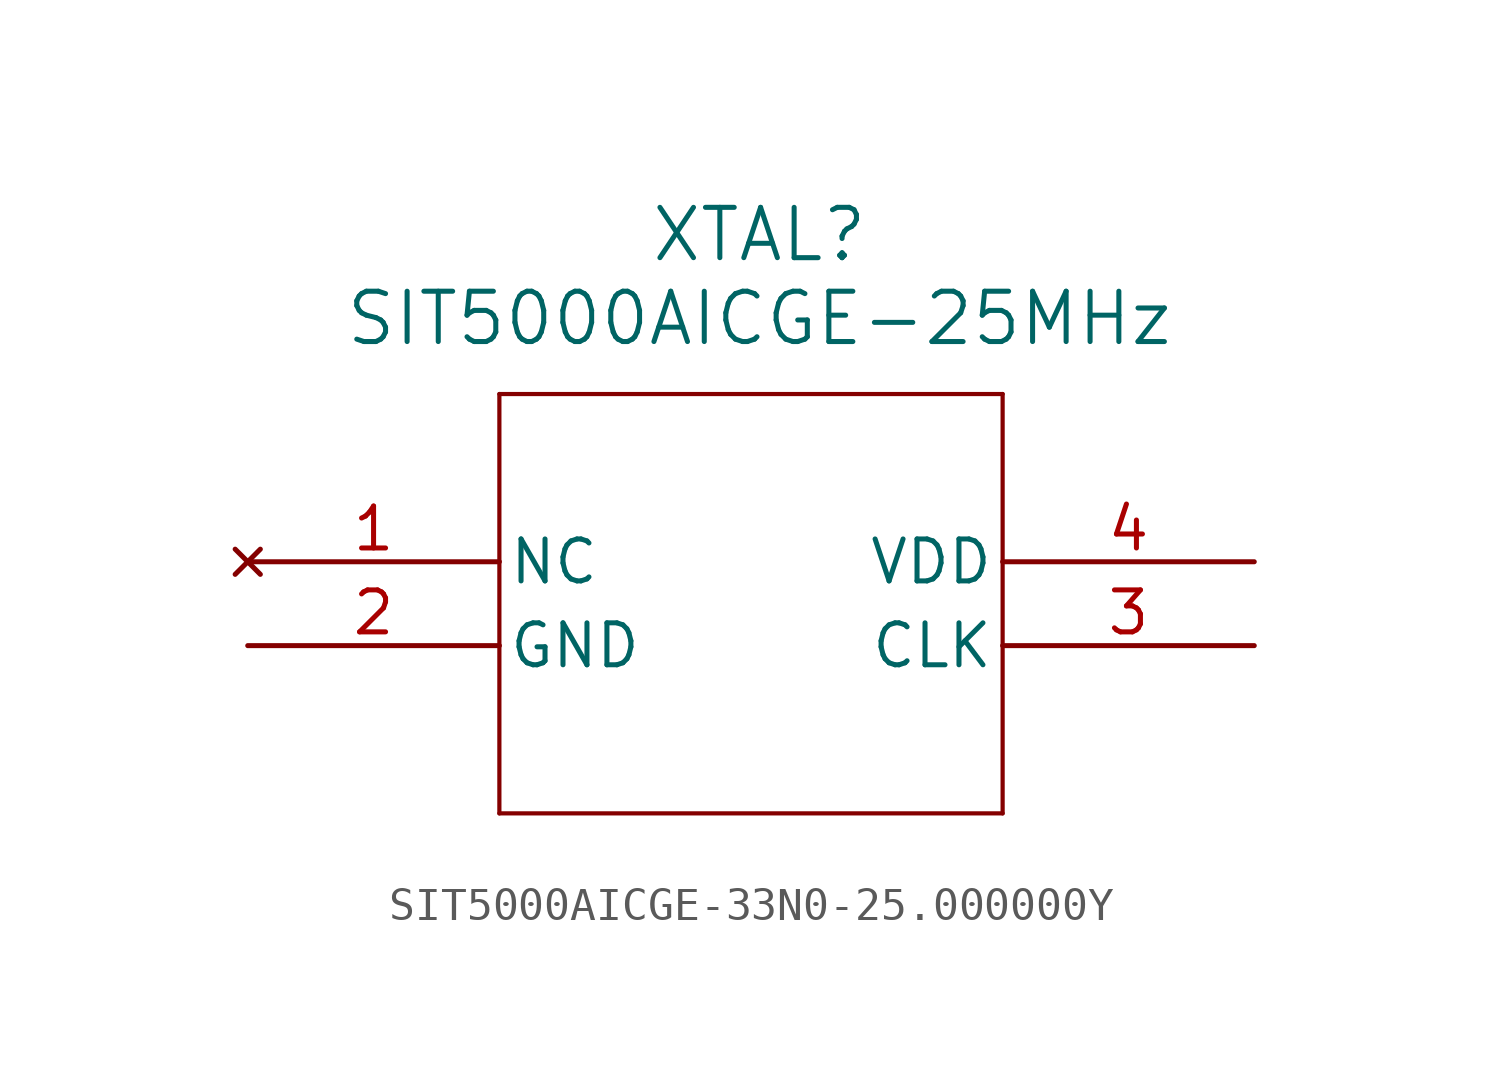
<source format=kicad_sym>
(kicad_symbol_lib
  (version 20241209)
  (generator "kicad_symbol_editor")
  (generator_version "9.0")
  (symbol "SIT5000AICGE-33N0-25.000000Y"
    (pin_names
      (offset 0.254))
    (property "Reference" "XTAL"
      (at 15.494 9.906 0)
      (effects (font (size 1.524 1.524))))
    (property "Value" "SIT5000AICGE-25MHz"
      (at 15.494 7.366 0)
      (effects (font (size 1.524 1.524))))
    (symbol "SIT5000AICGE-33N0-25.000000Y_0_1"
      (polyline (pts (xy 7.62 5.08) (xy 7.62 -7.62)) (stroke (width 0.127) (type default)) (fill (type none)))
      (polyline (pts (xy 7.62 -7.62) (xy 22.86 -7.62)) (stroke (width 0.127) (type default)) (fill (type none)))
      (polyline (pts (xy 22.86 5.08) (xy 7.62 5.08)) (stroke (width 0.127) (type default)) (fill (type none)))
      (polyline (pts (xy 22.86 -7.62) (xy 22.86 5.08)) (stroke (width 0.127) (type default)) (fill (type none)))
      (pin no_connect line (at 0 0 0) (length 7.62) (name "NC" (effects (font (size 1.27 1.27)))) (number "1" (effects (font (size 1.27 1.27)))))
      (pin power_out line (at 0 -2.54 0) (length 7.62) (name "GND" (effects (font (size 1.27 1.27)))) (number "2" (effects (font (size 1.27 1.27)))))
      (pin power_in line (at 30.48 0 180) (length 7.62) (name "VDD" (effects (font (size 1.27 1.27)))) (number "4" (effects (font (size 1.27 1.27)))))
      (pin output line (at 30.48 -2.54 180) (length 7.62) (name "CLK" (effects (font (size 1.27 1.27)))) (number "3" (effects (font (size 1.27 1.27))))))))
</source>
